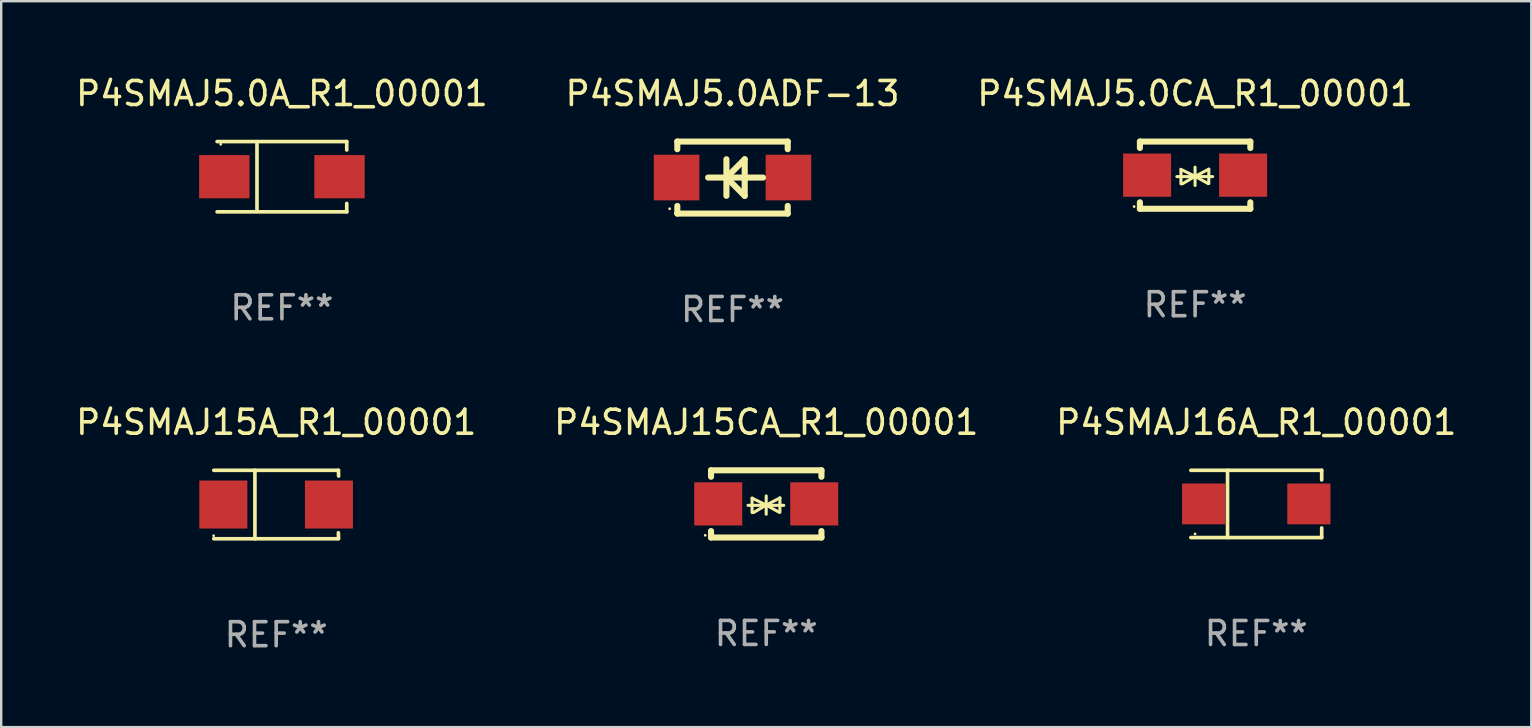
<source format=kicad_pcb>
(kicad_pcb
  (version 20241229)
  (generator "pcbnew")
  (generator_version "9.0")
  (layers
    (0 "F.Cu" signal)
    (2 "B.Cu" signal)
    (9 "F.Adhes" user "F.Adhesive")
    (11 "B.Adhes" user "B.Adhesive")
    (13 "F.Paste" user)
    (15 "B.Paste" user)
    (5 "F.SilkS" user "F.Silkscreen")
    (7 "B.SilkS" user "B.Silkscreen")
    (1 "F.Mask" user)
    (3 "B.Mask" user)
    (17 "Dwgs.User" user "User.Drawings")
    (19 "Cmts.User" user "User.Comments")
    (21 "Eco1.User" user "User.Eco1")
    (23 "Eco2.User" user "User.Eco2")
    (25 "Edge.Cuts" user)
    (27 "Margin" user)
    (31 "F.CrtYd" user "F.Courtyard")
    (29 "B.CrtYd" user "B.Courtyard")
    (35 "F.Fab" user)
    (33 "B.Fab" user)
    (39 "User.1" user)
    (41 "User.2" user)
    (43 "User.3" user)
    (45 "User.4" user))
  (footprint "P4SMAJ5.0A_R1_00001"
    (layer "F.Cu")
    (at 8.696 4.312)
    (property "Reference" "P4SMAJ5.0A_R1_00001" (at 0 -3.464 0) (layer "F.SilkS") (effects (font (size 1 1) (thickness 0.15))))
    (attr through_hole)
    (fp_line (start -2.701 -1.464) (end 2.701 -1.464) (stroke (width 0.152) (type solid)) (layer "F.SilkS"))
    (fp_line (start -2.701 1.464) (end 2.701 1.464) (stroke (width 0.152) (type solid)) (layer "F.SilkS"))
    (fp_line (start -1.039 -1.364) (end -1.039 1.364) (stroke (width 0.152) (type solid)) (layer "F.SilkS"))
    (fp_line (start 2.701 -1.464) (end 2.701 -1.113) (stroke (width 0.152) (type solid)) (layer "F.SilkS"))
    (fp_line (start 2.701 1.464) (end 2.701 1.113) (stroke (width 0.152) (type solid)) (layer "F.SilkS"))
    (fp_circle (center -2.55 -1.35) (end -2.52 -1.35) (stroke (width 0.06) (type solid)) (fill no) (layer "F.SilkS"))
    (fp_text user "REF**" (at 0 5.464 0) (layer "F.Fab") (effects (font (size 1 1) (thickness 0.15))))
    (pad "1" smd rect (at -2.4 0) (size 2.1 1.8) (layers "F.Cu" "F.Mask" "F.Paste"))
    (pad "2" smd rect (at 2.4 0) (size 2.1 1.8) (layers "F.Cu" "F.Mask" "F.Paste")))
  (footprint "P4SMAJ5.0ADF-13"
    (layer "F.Cu")
    (at 27.47 4.348)
    (property "Reference" "P4SMAJ5.0ADF-13" (at 0 -3.5 0) (layer "F.SilkS") (effects (font (size 1 1) (thickness 0.15))))
    (attr through_hole)
    (fp_line (start -2.3 -1.5) (end -2.3 -1.181) (stroke (width 0.254) (type solid)) (layer "F.SilkS"))
    (fp_line (start -2.3 -1.5) (end 2.3 -1.5) (stroke (width 0.254) (type solid)) (layer "F.SilkS"))
    (fp_line (start -2.3 1.181) (end -2.3 1.5) (stroke (width 0.254) (type solid)) (layer "F.SilkS"))
    (fp_line (start -0.254 0) (end 0.508 0.762) (stroke (width 0.254) (type solid)) (layer "F.SilkS"))
    (fp_line (start -0.254 0.762) (end -0.254 -0.762) (stroke (width 0.254) (type solid)) (layer "F.SilkS"))
    (fp_line (start 0.508 -0.762) (end -0.254 0) (stroke (width 0.254) (type solid)) (layer "F.SilkS"))
    (fp_line (start 0.508 0.762) (end 0.508 -0.762) (stroke (width 0.254) (type solid)) (layer "F.SilkS"))
    (fp_line (start 1.27 0) (end -1.016 0) (stroke (width 0.254) (type solid)) (layer "F.SilkS"))
    (fp_line (start 2.3 -1.5) (end 2.3 -1.181) (stroke (width 0.254) (type solid)) (layer "F.SilkS"))
    (fp_line (start 2.3 1.181) (end 2.3 1.5) (stroke (width 0.254) (type solid)) (layer "F.SilkS"))
    (fp_line (start 2.3 1.5) (end -2.3 1.5) (stroke (width 0.254) (type solid)) (layer "F.SilkS"))
    (fp_circle (center -2.62 1.3) (end -2.59 1.3) (stroke (width 0.06) (type solid)) (fill no) (layer "F.SilkS"))
    (fp_text user "REF**" (at 0 5.5 0) (layer "F.Fab") (effects (font (size 1 1) (thickness 0.15))))
    (pad "1" smd rect (at -2.33 0 270) (size 1.9 1.9) (layers "F.Cu" "F.Mask" "F.Paste"))
    (pad "2" smd rect (at 2.33 0 270) (size 1.9 1.9) (layers "F.Cu" "F.Mask" "F.Paste")))
  (footprint "P4SMAJ5.0CA_R1_00001"
    (layer "F.Cu")
    (at 46.744 4.248)
    (property "Reference" "P4SMAJ5.0CA_R1_00001" (at 0 -3.4 0) (layer "F.SilkS") (effects (font (size 1 1) (thickness 0.15))))
    (attr through_hole)
    (fp_line (start -2.3 -1.4) (end -2.3 -1.131) (stroke (width 0.254) (type solid)) (layer "F.SilkS"))
    (fp_line (start -2.3 -1.4) (end 2.3 -1.4) (stroke (width 0.254) (type solid)) (layer "F.SilkS"))
    (fp_line (start -2.3 1.131) (end -2.3 1.4) (stroke (width 0.254) (type solid)) (layer "F.SilkS"))
    (fp_line (start -2.3 1.4) (end 2.3 1.4) (stroke (width 0.254) (type solid)) (layer "F.SilkS"))
    (fp_line (start -0.76 0.06) (end 0.73 0.06) (stroke (width 0.127) (type solid)) (layer "F.SilkS"))
    (fp_line (start -0.59 -0.24) (end -0.59 0.36) (stroke (width 0.127) (type solid)) (layer "F.SilkS"))
    (fp_line (start -0.59 -0.24) (end -0.002 0.049) (stroke (width 0.127) (type solid)) (layer "F.SilkS"))
    (fp_line (start -0.53 0.36) (end -0.002 0.049) (stroke (width 0.127) (type solid)) (layer "F.SilkS"))
    (fp_line (start -0.002 0.049) (end -0.002 -0.332) (stroke (width 0.127) (type solid)) (layer "F.SilkS"))
    (fp_line (start -0.002 0.049) (end -0.002 0.43) (stroke (width 0.127) (type solid)) (layer "F.SilkS"))
    (fp_line (start 0.54 0.35) (end -0.002 0.049) (stroke (width 0.127) (type solid)) (layer "F.SilkS"))
    (fp_line (start 0.57 -0.25) (end -0.002 0.049) (stroke (width 0.127) (type solid)) (layer "F.SilkS"))
    (fp_line (start 0.57 -0.25) (end 0.57 0.35) (stroke (width 0.127) (type solid)) (layer "F.SilkS"))
    (fp_line (start 2.3 -1.4) (end 2.3 -1.131) (stroke (width 0.254) (type solid)) (layer "F.SilkS"))
    (fp_line (start 2.3 1.131) (end 2.3 1.4) (stroke (width 0.254) (type solid)) (layer "F.SilkS"))
    (fp_circle (center -2.542 1.308) (end -2.512 1.308) (stroke (width 0.06) (type solid)) (fill no) (layer "F.SilkS"))
    (fp_text user "REF**" (at 0 5.4 0) (layer "F.Fab") (effects (font (size 1 1) (thickness 0.15))))
    (pad "1" smd rect (at -2 0) (size 2 1.8) (layers "F.Cu" "F.Mask" "F.Paste"))
    (pad "2" smd rect (at 2 0) (size 2 1.8) (layers "F.Cu" "F.Mask" "F.Paste")))
  (footprint "P4SMAJ16A_R1_00001"
    (layer "F.Cu")
    (at 49.292 17.946)
    (property "Reference" "P4SMAJ16A_R1_00001" (at 0 -3.401 0) (layer "F.SilkS") (effects (font (size 1 1) (thickness 0.15))))
    (attr through_hole)
    (fp_line (start -2.726 -1.401) (end 2.726 -1.401) (stroke (width 0.152) (type solid)) (layer "F.SilkS"))
    (fp_line (start -2.726 1.401) (end 2.726 1.401) (stroke (width 0.152) (type solid)) (layer "F.SilkS"))
    (fp_line (start -1.197 -1.401) (end -1.197 1.401) (stroke (width 0.152) (type solid)) (layer "F.SilkS"))
    (fp_line (start 2.726 -1.401) (end 2.726 -1) (stroke (width 0.152) (type solid)) (layer "F.SilkS"))
    (fp_line (start 2.726 1.401) (end 2.726 1) (stroke (width 0.152) (type solid)) (layer "F.SilkS"))
    (fp_circle (center -2.55 1.25) (end -2.52 1.25) (stroke (width 0.06) (type solid)) (fill no) (layer "F.SilkS"))
    (fp_text user "REF**" (at 0 5.401 0) (layer "F.Fab") (effects (font (size 1 1) (thickness 0.15))))
    (pad "1" smd rect (at -2.192 0) (size 1.8 1.7) (layers "F.Cu" "F.Mask" "F.Paste"))
    (pad "2" smd rect (at 2.192 0) (size 1.8 1.7) (layers "F.Cu" "F.Mask" "F.Paste")))
  (footprint "P4SMAJ15A_R1_00001"
    (layer "F.Cu")
    (at 8.458 17.971)
    (property "Reference" "P4SMAJ15A_R1_00001" (at 0 -3.426 0) (layer "F.SilkS") (effects (font (size 1 1) (thickness 0.15))))
    (attr through_hole)
    (fp_line (start -2.6 -1.426) (end 2.593 -1.426) (stroke (width 0.152) (type solid)) (layer "F.SilkS"))
    (fp_line (start -2.6 1.426) (end 2.593 1.426) (stroke (width 0.152) (type solid)) (layer "F.SilkS"))
    (fp_line (start -0.887 -1.426) (end -0.887 1.426) (stroke (width 0.152) (type solid)) (layer "F.SilkS"))
    (fp_line (start 2.59 1.176) (end 2.597 1.415) (stroke (width 0.152) (type solid)) (layer "F.SilkS"))
    (fp_line (start 2.593 -1.426) (end 2.6 -1.187) (stroke (width 0.152) (type solid)) (layer "F.SilkS"))
    (fp_circle (center -2.608 1.3) (end -2.578 1.3) (stroke (width 0.06) (type solid)) (fill no) (layer "F.SilkS"))
    (fp_text user "REF**" (at 0 5.426 0) (layer "F.Fab") (effects (font (size 1 1) (thickness 0.15))))
    (pad "1" smd rect (at -2.203 0 180) (size 2 2) (layers "F.Cu" "F.Mask" "F.Paste"))
    (pad "2" smd rect (at 2.197 0 180) (size 2 2) (layers "F.Cu" "F.Mask" "F.Paste")))
  (footprint "P4SMAJ15CA_R1_00001"
    (layer "F.Cu")
    (at 28.875 17.945)
    (property "Reference" "P4SMAJ15CA_R1_00001" (at 0 -3.4 0) (layer "F.SilkS") (effects (font (size 1 1) (thickness 0.15))))
    (attr through_hole)
    (fp_line (start -2.3 -1.4) (end -2.3 -1.131) (stroke (width 0.254) (type solid)) (layer "F.SilkS"))
    (fp_line (start -2.3 -1.4) (end 2.3 -1.4) (stroke (width 0.254) (type solid)) (layer "F.SilkS"))
    (fp_line (start -2.3 1.131) (end -2.3 1.4) (stroke (width 0.254) (type solid)) (layer "F.SilkS"))
    (fp_line (start -2.3 1.4) (end 2.3 1.4) (stroke (width 0.254) (type solid)) (layer "F.SilkS"))
    (fp_line (start -0.76 0.06) (end 0.73 0.06) (stroke (width 0.127) (type solid)) (layer "F.SilkS"))
    (fp_line (start -0.59 -0.24) (end -0.59 0.36) (stroke (width 0.127) (type solid)) (layer "F.SilkS"))
    (fp_line (start -0.59 -0.24) (end -0.002 0.049) (stroke (width 0.127) (type solid)) (layer "F.SilkS"))
    (fp_line (start -0.53 0.36) (end -0.002 0.049) (stroke (width 0.127) (type solid)) (layer "F.SilkS"))
    (fp_line (start -0.002 0.049) (end -0.002 -0.332) (stroke (width 0.127) (type solid)) (layer "F.SilkS"))
    (fp_line (start -0.002 0.049) (end -0.002 0.43) (stroke (width 0.127) (type solid)) (layer "F.SilkS"))
    (fp_line (start 0.54 0.35) (end -0.002 0.049) (stroke (width 0.127) (type solid)) (layer "F.SilkS"))
    (fp_line (start 0.57 -0.25) (end -0.002 0.049) (stroke (width 0.127) (type solid)) (layer "F.SilkS"))
    (fp_line (start 0.57 -0.25) (end 0.57 0.35) (stroke (width 0.127) (type solid)) (layer "F.SilkS"))
    (fp_line (start 2.3 -1.4) (end 2.3 -1.131) (stroke (width 0.254) (type solid)) (layer "F.SilkS"))
    (fp_line (start 2.3 1.131) (end 2.3 1.4) (stroke (width 0.254) (type solid)) (layer "F.SilkS"))
    (fp_circle (center -2.542 1.308) (end -2.512 1.308) (stroke (width 0.06) (type solid)) (fill no) (layer "F.SilkS"))
    (fp_text user "REF**" (at 0 5.4 0) (layer "F.Fab") (effects (font (size 1 1) (thickness 0.15))))
    (pad "1" smd rect (at -2 0) (size 2 1.8) (layers "F.Cu" "F.Mask" "F.Paste"))
    (pad "2" smd rect (at 2 0) (size 2 1.8) (layers "F.Cu" "F.Mask" "F.Paste")))
  (gr_rect
    (start -3 -3)
    (end 60.75 27.245)
    (stroke (width 0.1) (type default))
    (fill no)
    (layer "Edge.Cuts")))
</source>
